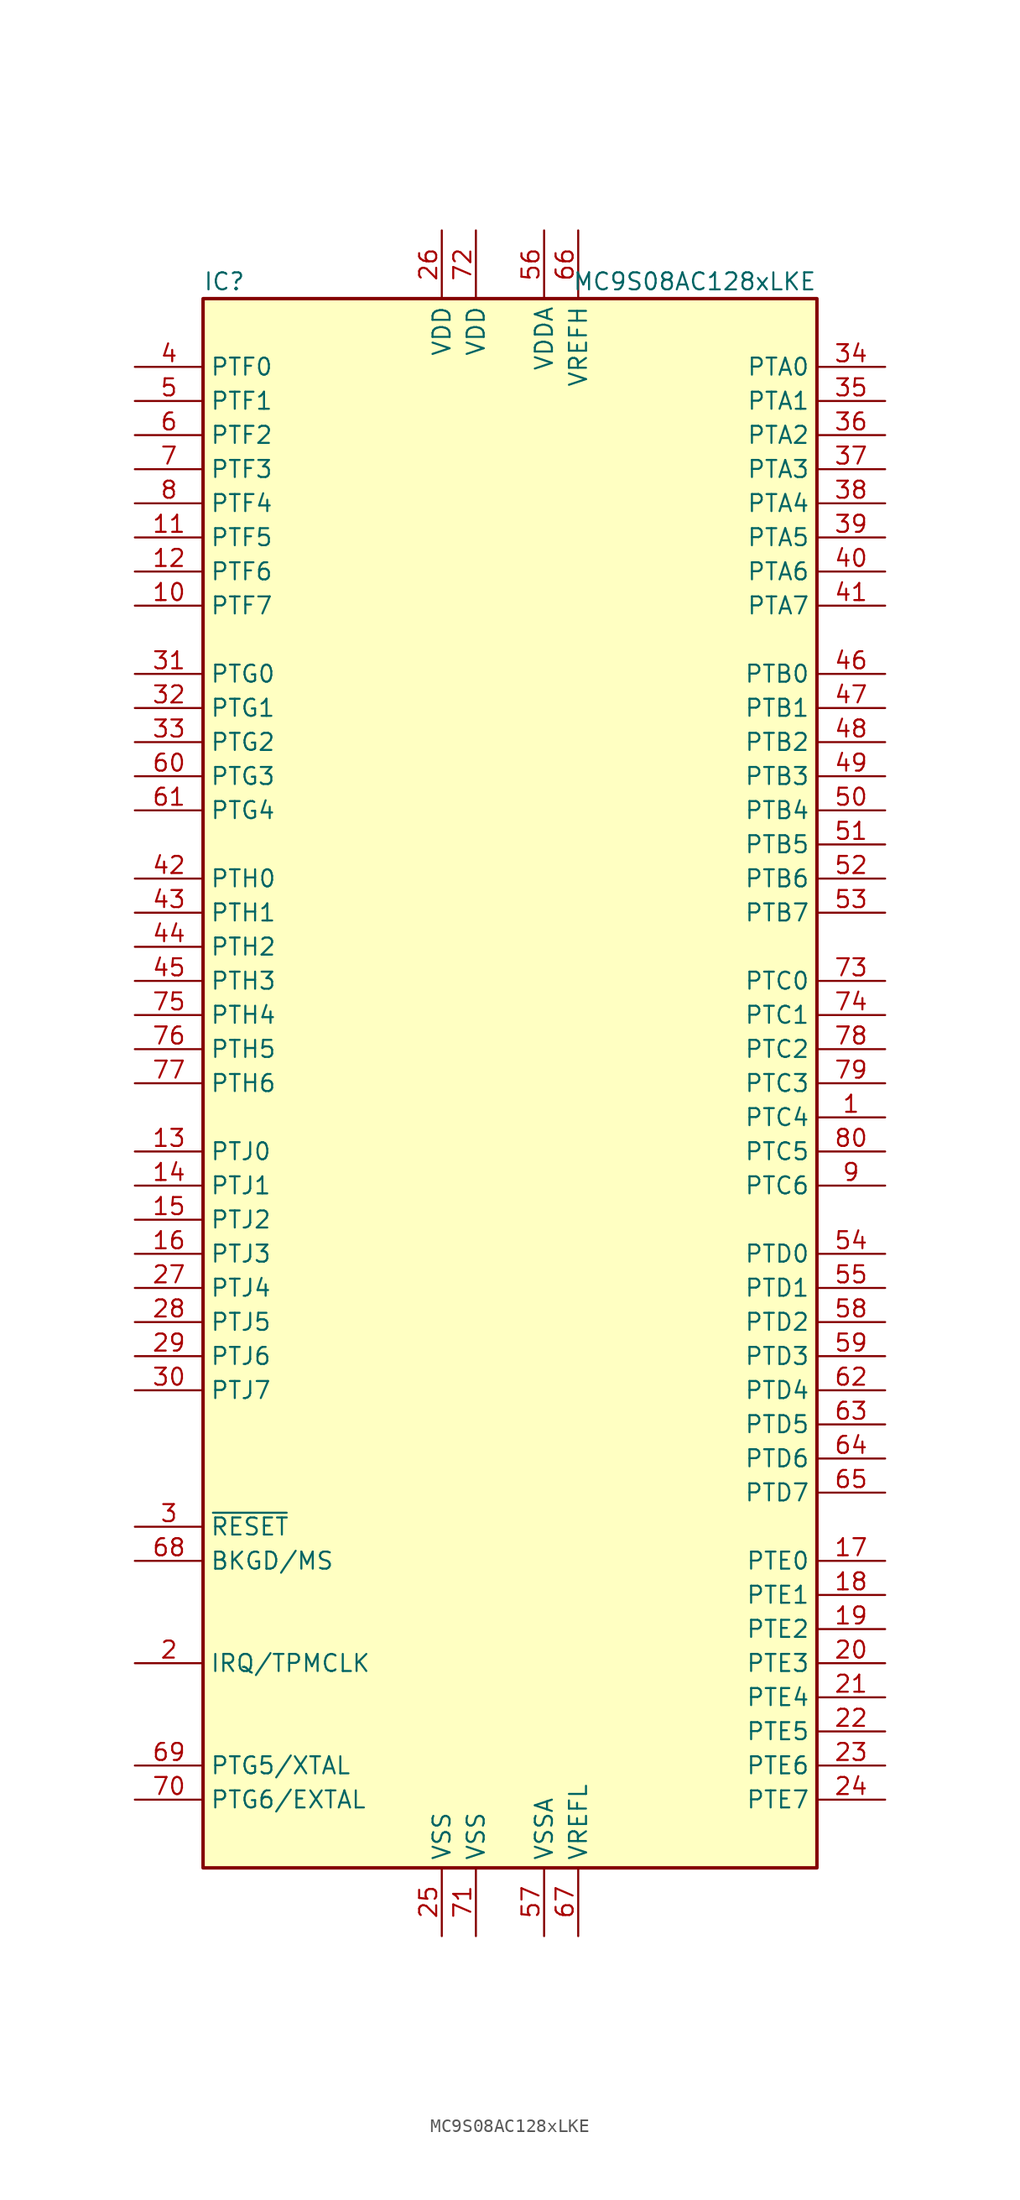
<source format=kicad_sym>
(kicad_symbol_lib
  (version 20201005)
  (generator kicad_symbol_editor)
  (symbol "MCU_NXP_S08:MC9S08AC128xLKE"
    (property "Reference" "IC"
      (at -22.86 59.69 0)
      (effects (font (size 1.27 1.27)) (justify left)))
    (property "Value" "MC9S08AC128xLKE"
      (at 22.86 59.69 0)
      (effects (font (size 1.27 1.27)) (justify right)))
    (symbol "MC9S08AC128xLKE_0_1"
      (rectangle (start -22.86 58.42) (end 22.86 -58.42) (stroke (width 0.254)) (fill (type background))))
    (symbol "MC9S08AC128xLKE_1_1"
      (pin bidirectional line (at 27.94 -2.54 180) (length 5.08) (name "PTC4" (effects (font (size 1.27 1.27)))) (number "1" (effects (font (size 1.27 1.27)))))
      (pin bidirectional line (at -27.94 35.56 0) (length 5.08) (name "PTF7" (effects (font (size 1.27 1.27)))) (number "10" (effects (font (size 1.27 1.27)))))
      (pin bidirectional line (at -27.94 40.64 0) (length 5.08) (name "PTF5" (effects (font (size 1.27 1.27)))) (number "11" (effects (font (size 1.27 1.27)))))
      (pin bidirectional line (at -27.94 38.1 0) (length 5.08) (name "PTF6" (effects (font (size 1.27 1.27)))) (number "12" (effects (font (size 1.27 1.27)))))
      (pin bidirectional line (at -27.94 -5.08 0) (length 5.08) (name "PTJ0" (effects (font (size 1.27 1.27)))) (number "13" (effects (font (size 1.27 1.27)))))
      (pin bidirectional line (at -27.94 -7.62 0) (length 5.08) (name "PTJ1" (effects (font (size 1.27 1.27)))) (number "14" (effects (font (size 1.27 1.27)))))
      (pin bidirectional line (at -27.94 -10.16 0) (length 5.08) (name "PTJ2" (effects (font (size 1.27 1.27)))) (number "15" (effects (font (size 1.27 1.27)))))
      (pin bidirectional line (at -27.94 -12.7 0) (length 5.08) (name "PTJ3" (effects (font (size 1.27 1.27)))) (number "16" (effects (font (size 1.27 1.27)))))
      (pin bidirectional line (at 27.94 -35.56 180) (length 5.08) (name "PTE0" (effects (font (size 1.27 1.27)))) (number "17" (effects (font (size 1.27 1.27)))))
      (pin bidirectional line (at 27.94 -38.1 180) (length 5.08) (name "PTE1" (effects (font (size 1.27 1.27)))) (number "18" (effects (font (size 1.27 1.27)))))
      (pin bidirectional line (at 27.94 -40.64 180) (length 5.08) (name "PTE2" (effects (font (size 1.27 1.27)))) (number "19" (effects (font (size 1.27 1.27)))))
      (pin input line (at -27.94 -43.18 0) (length 5.08) (name "IRQ/TPMCLK" (effects (font (size 1.27 1.27)))) (number "2" (effects (font (size 1.27 1.27)))))
      (pin bidirectional line (at 27.94 -43.18 180) (length 5.08) (name "PTE3" (effects (font (size 1.27 1.27)))) (number "20" (effects (font (size 1.27 1.27)))))
      (pin bidirectional line (at 27.94 -45.72 180) (length 5.08) (name "PTE4" (effects (font (size 1.27 1.27)))) (number "21" (effects (font (size 1.27 1.27)))))
      (pin bidirectional line (at 27.94 -48.26 180) (length 5.08) (name "PTE5" (effects (font (size 1.27 1.27)))) (number "22" (effects (font (size 1.27 1.27)))))
      (pin bidirectional line (at 27.94 -50.8 180) (length 5.08) (name "PTE6" (effects (font (size 1.27 1.27)))) (number "23" (effects (font (size 1.27 1.27)))))
      (pin bidirectional line (at 27.94 -53.34 180) (length 5.08) (name "PTE7" (effects (font (size 1.27 1.27)))) (number "24" (effects (font (size 1.27 1.27)))))
      (pin power_in line (at -5.08 -63.5 90) (length 5.08) (name "VSS" (effects (font (size 1.27 1.27)))) (number "25" (effects (font (size 1.27 1.27)))))
      (pin power_in line (at -5.08 63.5 270) (length 5.08) (name "VDD" (effects (font (size 1.27 1.27)))) (number "26" (effects (font (size 1.27 1.27)))))
      (pin bidirectional line (at -27.94 -15.24 0) (length 5.08) (name "PTJ4" (effects (font (size 1.27 1.27)))) (number "27" (effects (font (size 1.27 1.27)))))
      (pin bidirectional line (at -27.94 -17.78 0) (length 5.08) (name "PTJ5" (effects (font (size 1.27 1.27)))) (number "28" (effects (font (size 1.27 1.27)))))
      (pin bidirectional line (at -27.94 -20.32 0) (length 5.08) (name "PTJ6" (effects (font (size 1.27 1.27)))) (number "29" (effects (font (size 1.27 1.27)))))
      (pin input line (at -27.94 -33.02 0) (length 5.08) (name "~RESET" (effects (font (size 1.27 1.27)))) (number "3" (effects (font (size 1.27 1.27)))))
      (pin bidirectional line (at -27.94 -22.86 0) (length 5.08) (name "PTJ7" (effects (font (size 1.27 1.27)))) (number "30" (effects (font (size 1.27 1.27)))))
      (pin bidirectional line (at -27.94 30.48 0) (length 5.08) (name "PTG0" (effects (font (size 1.27 1.27)))) (number "31" (effects (font (size 1.27 1.27)))))
      (pin bidirectional line (at -27.94 27.94 0) (length 5.08) (name "PTG1" (effects (font (size 1.27 1.27)))) (number "32" (effects (font (size 1.27 1.27)))))
      (pin bidirectional line (at -27.94 25.4 0) (length 5.08) (name "PTG2" (effects (font (size 1.27 1.27)))) (number "33" (effects (font (size 1.27 1.27)))))
      (pin bidirectional line (at 27.94 53.34 180) (length 5.08) (name "PTA0" (effects (font (size 1.27 1.27)))) (number "34" (effects (font (size 1.27 1.27)))))
      (pin bidirectional line (at 27.94 50.8 180) (length 5.08) (name "PTA1" (effects (font (size 1.27 1.27)))) (number "35" (effects (font (size 1.27 1.27)))))
      (pin bidirectional line (at 27.94 48.26 180) (length 5.08) (name "PTA2" (effects (font (size 1.27 1.27)))) (number "36" (effects (font (size 1.27 1.27)))))
      (pin bidirectional line (at 27.94 45.72 180) (length 5.08) (name "PTA3" (effects (font (size 1.27 1.27)))) (number "37" (effects (font (size 1.27 1.27)))))
      (pin bidirectional line (at 27.94 43.18 180) (length 5.08) (name "PTA4" (effects (font (size 1.27 1.27)))) (number "38" (effects (font (size 1.27 1.27)))))
      (pin bidirectional line (at 27.94 40.64 180) (length 5.08) (name "PTA5" (effects (font (size 1.27 1.27)))) (number "39" (effects (font (size 1.27 1.27)))))
      (pin bidirectional line (at -27.94 53.34 0) (length 5.08) (name "PTF0" (effects (font (size 1.27 1.27)))) (number "4" (effects (font (size 1.27 1.27)))))
      (pin bidirectional line (at 27.94 38.1 180) (length 5.08) (name "PTA6" (effects (font (size 1.27 1.27)))) (number "40" (effects (font (size 1.27 1.27)))))
      (pin bidirectional line (at 27.94 35.56 180) (length 5.08) (name "PTA7" (effects (font (size 1.27 1.27)))) (number "41" (effects (font (size 1.27 1.27)))))
      (pin bidirectional line (at -27.94 15.24 0) (length 5.08) (name "PTH0" (effects (font (size 1.27 1.27)))) (number "42" (effects (font (size 1.27 1.27)))))
      (pin bidirectional line (at -27.94 12.7 0) (length 5.08) (name "PTH1" (effects (font (size 1.27 1.27)))) (number "43" (effects (font (size 1.27 1.27)))))
      (pin bidirectional line (at -27.94 10.16 0) (length 5.08) (name "PTH2" (effects (font (size 1.27 1.27)))) (number "44" (effects (font (size 1.27 1.27)))))
      (pin bidirectional line (at -27.94 7.62 0) (length 5.08) (name "PTH3" (effects (font (size 1.27 1.27)))) (number "45" (effects (font (size 1.27 1.27)))))
      (pin bidirectional line (at 27.94 30.48 180) (length 5.08) (name "PTB0" (effects (font (size 1.27 1.27)))) (number "46" (effects (font (size 1.27 1.27)))))
      (pin bidirectional line (at 27.94 27.94 180) (length 5.08) (name "PTB1" (effects (font (size 1.27 1.27)))) (number "47" (effects (font (size 1.27 1.27)))))
      (pin bidirectional line (at 27.94 25.4 180) (length 5.08) (name "PTB2" (effects (font (size 1.27 1.27)))) (number "48" (effects (font (size 1.27 1.27)))))
      (pin bidirectional line (at 27.94 22.86 180) (length 5.08) (name "PTB3" (effects (font (size 1.27 1.27)))) (number "49" (effects (font (size 1.27 1.27)))))
      (pin bidirectional line (at -27.94 50.8 0) (length 5.08) (name "PTF1" (effects (font (size 1.27 1.27)))) (number "5" (effects (font (size 1.27 1.27)))))
      (pin bidirectional line (at 27.94 20.32 180) (length 5.08) (name "PTB4" (effects (font (size 1.27 1.27)))) (number "50" (effects (font (size 1.27 1.27)))))
      (pin bidirectional line (at 27.94 17.78 180) (length 5.08) (name "PTB5" (effects (font (size 1.27 1.27)))) (number "51" (effects (font (size 1.27 1.27)))))
      (pin bidirectional line (at 27.94 15.24 180) (length 5.08) (name "PTB6" (effects (font (size 1.27 1.27)))) (number "52" (effects (font (size 1.27 1.27)))))
      (pin bidirectional line (at 27.94 12.7 180) (length 5.08) (name "PTB7" (effects (font (size 1.27 1.27)))) (number "53" (effects (font (size 1.27 1.27)))))
      (pin bidirectional line (at 27.94 -12.7 180) (length 5.08) (name "PTD0" (effects (font (size 1.27 1.27)))) (number "54" (effects (font (size 1.27 1.27)))))
      (pin bidirectional line (at 27.94 -15.24 180) (length 5.08) (name "PTD1" (effects (font (size 1.27 1.27)))) (number "55" (effects (font (size 1.27 1.27)))))
      (pin power_in line (at 2.54 63.5 270) (length 5.08) (name "VDDA" (effects (font (size 1.27 1.27)))) (number "56" (effects (font (size 1.27 1.27)))))
      (pin power_in line (at 2.54 -63.5 90) (length 5.08) (name "VSSA" (effects (font (size 1.27 1.27)))) (number "57" (effects (font (size 1.27 1.27)))))
      (pin bidirectional line (at 27.94 -17.78 180) (length 5.08) (name "PTD2" (effects (font (size 1.27 1.27)))) (number "58" (effects (font (size 1.27 1.27)))))
      (pin bidirectional line (at 27.94 -20.32 180) (length 5.08) (name "PTD3" (effects (font (size 1.27 1.27)))) (number "59" (effects (font (size 1.27 1.27)))))
      (pin bidirectional line (at -27.94 48.26 0) (length 5.08) (name "PTF2" (effects (font (size 1.27 1.27)))) (number "6" (effects (font (size 1.27 1.27)))))
      (pin bidirectional line (at -27.94 22.86 0) (length 5.08) (name "PTG3" (effects (font (size 1.27 1.27)))) (number "60" (effects (font (size 1.27 1.27)))))
      (pin bidirectional line (at -27.94 20.32 0) (length 5.08) (name "PTG4" (effects (font (size 1.27 1.27)))) (number "61" (effects (font (size 1.27 1.27)))))
      (pin bidirectional line (at 27.94 -22.86 180) (length 5.08) (name "PTD4" (effects (font (size 1.27 1.27)))) (number "62" (effects (font (size 1.27 1.27)))))
      (pin bidirectional line (at 27.94 -25.4 180) (length 5.08) (name "PTD5" (effects (font (size 1.27 1.27)))) (number "63" (effects (font (size 1.27 1.27)))))
      (pin bidirectional line (at 27.94 -27.94 180) (length 5.08) (name "PTD6" (effects (font (size 1.27 1.27)))) (number "64" (effects (font (size 1.27 1.27)))))
      (pin bidirectional line (at 27.94 -30.48 180) (length 5.08) (name "PTD7" (effects (font (size 1.27 1.27)))) (number "65" (effects (font (size 1.27 1.27)))))
      (pin power_in line (at 5.08 63.5 270) (length 5.08) (name "VREFH" (effects (font (size 1.27 1.27)))) (number "66" (effects (font (size 1.27 1.27)))))
      (pin power_in line (at 5.08 -63.5 90) (length 5.08) (name "VREFL" (effects (font (size 1.27 1.27)))) (number "67" (effects (font (size 1.27 1.27)))))
      (pin bidirectional line (at -27.94 -35.56 0) (length 5.08) (name "BKGD/MS" (effects (font (size 1.27 1.27)))) (number "68" (effects (font (size 1.27 1.27)))))
      (pin bidirectional line (at -27.94 -50.8 0) (length 5.08) (name "PTG5/XTAL" (effects (font (size 1.27 1.27)))) (number "69" (effects (font (size 1.27 1.27)))))
      (pin bidirectional line (at -27.94 45.72 0) (length 5.08) (name "PTF3" (effects (font (size 1.27 1.27)))) (number "7" (effects (font (size 1.27 1.27)))))
      (pin bidirectional line (at -27.94 -53.34 0) (length 5.08) (name "PTG6/EXTAL" (effects (font (size 1.27 1.27)))) (number "70" (effects (font (size 1.27 1.27)))))
      (pin power_in line (at -2.54 -63.5 90) (length 5.08) (name "VSS" (effects (font (size 1.27 1.27)))) (number "71" (effects (font (size 1.27 1.27)))))
      (pin power_in line (at -2.54 63.5 270) (length 5.08) (name "VDD" (effects (font (size 1.27 1.27)))) (number "72" (effects (font (size 1.27 1.27)))))
      (pin bidirectional line (at 27.94 7.62 180) (length 5.08) (name "PTC0" (effects (font (size 1.27 1.27)))) (number "73" (effects (font (size 1.27 1.27)))))
      (pin bidirectional line (at 27.94 5.08 180) (length 5.08) (name "PTC1" (effects (font (size 1.27 1.27)))) (number "74" (effects (font (size 1.27 1.27)))))
      (pin bidirectional line (at -27.94 5.08 0) (length 5.08) (name "PTH4" (effects (font (size 1.27 1.27)))) (number "75" (effects (font (size 1.27 1.27)))))
      (pin bidirectional line (at -27.94 2.54 0) (length 5.08) (name "PTH5" (effects (font (size 1.27 1.27)))) (number "76" (effects (font (size 1.27 1.27)))))
      (pin bidirectional line (at -27.94 0 0) (length 5.08) (name "PTH6" (effects (font (size 1.27 1.27)))) (number "77" (effects (font (size 1.27 1.27)))))
      (pin bidirectional line (at 27.94 2.54 180) (length 5.08) (name "PTC2" (effects (font (size 1.27 1.27)))) (number "78" (effects (font (size 1.27 1.27)))))
      (pin bidirectional line (at 27.94 0 180) (length 5.08) (name "PTC3" (effects (font (size 1.27 1.27)))) (number "79" (effects (font (size 1.27 1.27)))))
      (pin bidirectional line (at -27.94 43.18 0) (length 5.08) (name "PTF4" (effects (font (size 1.27 1.27)))) (number "8" (effects (font (size 1.27 1.27)))))
      (pin bidirectional line (at 27.94 -5.08 180) (length 5.08) (name "PTC5" (effects (font (size 1.27 1.27)))) (number "80" (effects (font (size 1.27 1.27)))))
      (pin bidirectional line (at 27.94 -7.62 180) (length 5.08) (name "PTC6" (effects (font (size 1.27 1.27)))) (number "9" (effects (font (size 1.27 1.27))))))))
</source>
